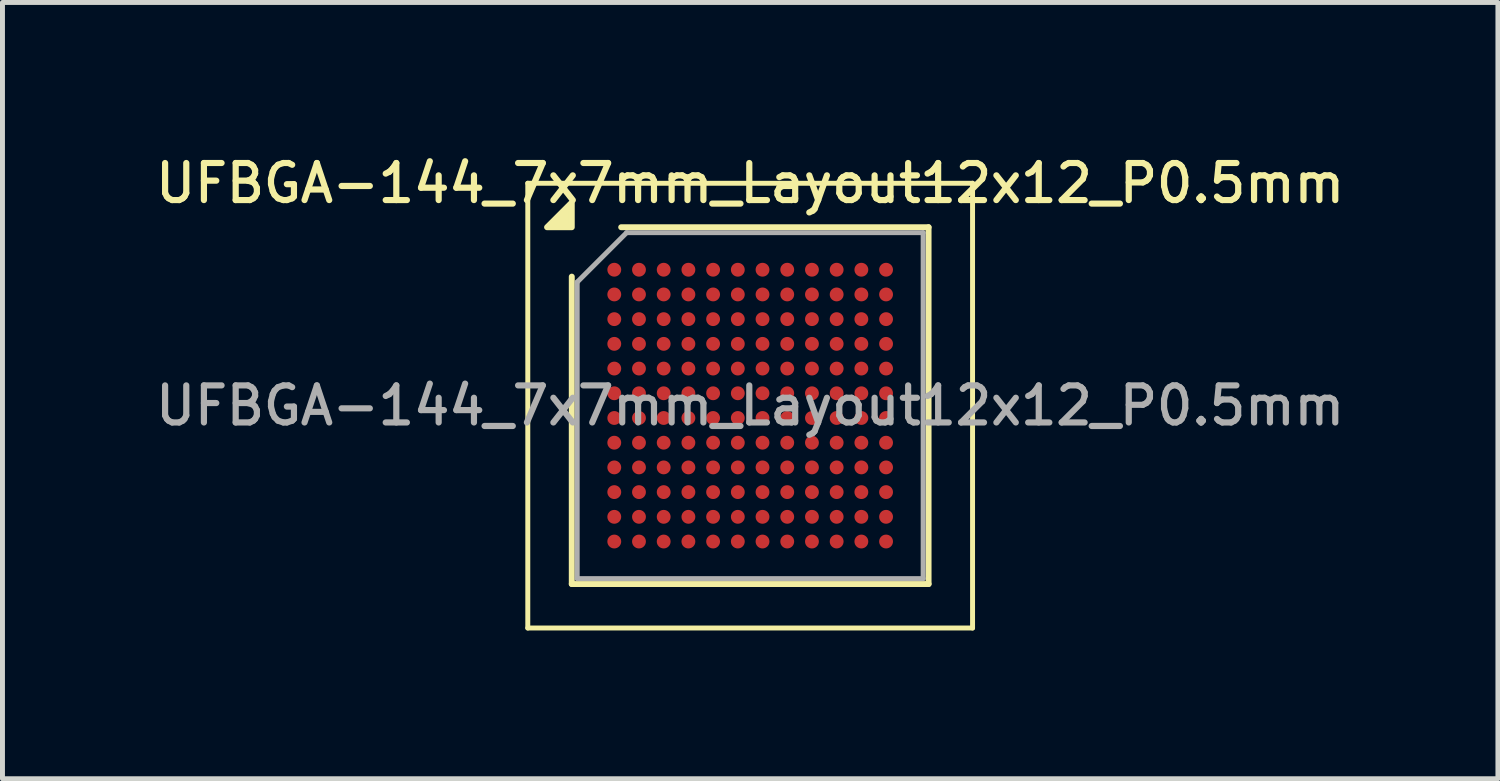
<source format=kicad_pcb>
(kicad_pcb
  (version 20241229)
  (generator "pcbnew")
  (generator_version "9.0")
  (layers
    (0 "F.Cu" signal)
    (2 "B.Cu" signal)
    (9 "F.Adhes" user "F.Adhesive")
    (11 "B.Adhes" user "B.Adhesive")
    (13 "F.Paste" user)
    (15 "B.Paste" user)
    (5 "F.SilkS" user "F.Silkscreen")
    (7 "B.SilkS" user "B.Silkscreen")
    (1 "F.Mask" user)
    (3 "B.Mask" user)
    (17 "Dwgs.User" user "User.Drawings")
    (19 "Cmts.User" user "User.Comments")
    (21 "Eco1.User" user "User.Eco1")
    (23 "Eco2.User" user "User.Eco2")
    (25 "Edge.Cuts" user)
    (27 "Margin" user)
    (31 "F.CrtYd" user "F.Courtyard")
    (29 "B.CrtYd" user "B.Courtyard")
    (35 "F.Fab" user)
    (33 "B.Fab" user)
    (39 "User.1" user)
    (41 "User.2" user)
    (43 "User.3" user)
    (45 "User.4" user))
  (footprint "UFBGA-144_7x7mm_Layout12x12_P0.5mm"
    (layer "F.Cu")
    (at 12.13 5.158)
    (property "Reference" "UFBGA-144_7x7mm_Layout12x12_P0.5mm" (at 0 -4.5 0) (layer "F.SilkS") (effects (font (size 0.75 0.75) (thickness 0.125))))
    (attr smd)
    (fp_line (start -4.5 -4.5) (end -4.5 4.5) (stroke (width 0.1) (type solid)) (layer "F.SilkS"))
    (fp_line (start -4.5 4.5) (end 4.5 4.5) (stroke (width 0.1) (type solid)) (layer "F.SilkS"))
    (fp_line (start -3.61 3.61) (end -3.61 -2.61) (stroke (width 0.12) (type solid)) (layer "F.SilkS"))
    (fp_line (start -2.61 -3.61) (end 3.61 -3.61) (stroke (width 0.12) (type solid)) (layer "F.SilkS"))
    (fp_line (start 3.61 -3.61) (end 3.61 3.61) (stroke (width 0.12) (type solid)) (layer "F.SilkS"))
    (fp_line (start 3.61 3.61) (end -3.61 3.61) (stroke (width 0.12) (type solid)) (layer "F.SilkS"))
    (fp_line (start 4.5 -4.5) (end -4.5 -4.5) (stroke (width 0.1) (type solid)) (layer "F.SilkS"))
    (fp_line (start 4.5 4.5) (end 4.5 -4.5) (stroke (width 0.1) (type solid)) (layer "F.SilkS"))
    (fp_poly (pts (xy -3.61 -3.61) (xy -4.11 -3.61) (xy -3.61 -4.11) (xy -3.61 -3.61)) (stroke (width 0.12) (type solid)) (fill yes) (layer "F.SilkS"))
    (fp_line (start -3.5 -2.5) (end -2.5 -3.5) (stroke (width 0.1) (type solid)) (layer "F.Fab"))
    (fp_line (start -3.5 3.5) (end -3.5 -2.5) (stroke (width 0.1) (type solid)) (layer "F.Fab"))
    (fp_line (start -2.5 -3.5) (end 3.5 -3.5) (stroke (width 0.1) (type solid)) (layer "F.Fab"))
    (fp_line (start 3.5 -3.5) (end 3.5 3.5) (stroke (width 0.1) (type solid)) (layer "F.Fab"))
    (fp_line (start 3.5 3.5) (end -3.5 3.5) (stroke (width 0.1) (type solid)) (layer "F.Fab"))
    (fp_text user "${REFERENCE}" (at 0 0 0) (layer "F.Fab") (effects (font (size 0.75 0.75) (thickness 0.125))))
    (pad "A1" smd circle (at -2.75 -2.75) (size 0.28 0.28) (property pad_prop_bga) (layers "F.Cu" "F.Mask" "F.Paste"))
    (pad "A2" smd circle (at -2.25 -2.75) (size 0.28 0.28) (property pad_prop_bga) (layers "F.Cu" "F.Mask" "F.Paste"))
    (pad "A3" smd circle (at -1.75 -2.75) (size 0.28 0.28) (property pad_prop_bga) (layers "F.Cu" "F.Mask" "F.Paste"))
    (pad "A4" smd circle (at -1.25 -2.75) (size 0.28 0.28) (property pad_prop_bga) (layers "F.Cu" "F.Mask" "F.Paste"))
    (pad "A5" smd circle (at -0.75 -2.75) (size 0.28 0.28) (property pad_prop_bga) (layers "F.Cu" "F.Mask" "F.Paste"))
    (pad "A6" smd circle (at -0.25 -2.75) (size 0.28 0.28) (property pad_prop_bga) (layers "F.Cu" "F.Mask" "F.Paste"))
    (pad "A7" smd circle (at 0.25 -2.75) (size 0.28 0.28) (property pad_prop_bga) (layers "F.Cu" "F.Mask" "F.Paste"))
    (pad "A8" smd circle (at 0.75 -2.75) (size 0.28 0.28) (property pad_prop_bga) (layers "F.Cu" "F.Mask" "F.Paste"))
    (pad "A9" smd circle (at 1.25 -2.75) (size 0.28 0.28) (property pad_prop_bga) (layers "F.Cu" "F.Mask" "F.Paste"))
    (pad "A10" smd circle (at 1.75 -2.75) (size 0.28 0.28) (property pad_prop_bga) (layers "F.Cu" "F.Mask" "F.Paste"))
    (pad "A11" smd circle (at 2.25 -2.75) (size 0.28 0.28) (property pad_prop_bga) (layers "F.Cu" "F.Mask" "F.Paste"))
    (pad "A12" smd circle (at 2.75 -2.75) (size 0.28 0.28) (property pad_prop_bga) (layers "F.Cu" "F.Mask" "F.Paste"))
    (pad "B1" smd circle (at -2.75 -2.25) (size 0.28 0.28) (property pad_prop_bga) (layers "F.Cu" "F.Mask" "F.Paste"))
    (pad "B2" smd circle (at -2.25 -2.25) (size 0.28 0.28) (property pad_prop_bga) (layers "F.Cu" "F.Mask" "F.Paste"))
    (pad "B3" smd circle (at -1.75 -2.25) (size 0.28 0.28) (property pad_prop_bga) (layers "F.Cu" "F.Mask" "F.Paste"))
    (pad "B4" smd circle (at -1.25 -2.25) (size 0.28 0.28) (property pad_prop_bga) (layers "F.Cu" "F.Mask" "F.Paste"))
    (pad "B5" smd circle (at -0.75 -2.25) (size 0.28 0.28) (property pad_prop_bga) (layers "F.Cu" "F.Mask" "F.Paste"))
    (pad "B6" smd circle (at -0.25 -2.25) (size 0.28 0.28) (property pad_prop_bga) (layers "F.Cu" "F.Mask" "F.Paste"))
    (pad "B7" smd circle (at 0.25 -2.25) (size 0.28 0.28) (property pad_prop_bga) (layers "F.Cu" "F.Mask" "F.Paste"))
    (pad "B8" smd circle (at 0.75 -2.25) (size 0.28 0.28) (property pad_prop_bga) (layers "F.Cu" "F.Mask" "F.Paste"))
    (pad "B9" smd circle (at 1.25 -2.25) (size 0.28 0.28) (property pad_prop_bga) (layers "F.Cu" "F.Mask" "F.Paste"))
    (pad "B10" smd circle (at 1.75 -2.25) (size 0.28 0.28) (property pad_prop_bga) (layers "F.Cu" "F.Mask" "F.Paste"))
    (pad "B11" smd circle (at 2.25 -2.25) (size 0.28 0.28) (property pad_prop_bga) (layers "F.Cu" "F.Mask" "F.Paste"))
    (pad "B12" smd circle (at 2.75 -2.25) (size 0.28 0.28) (property pad_prop_bga) (layers "F.Cu" "F.Mask" "F.Paste"))
    (pad "C1" smd circle (at -2.75 -1.75) (size 0.28 0.28) (property pad_prop_bga) (layers "F.Cu" "F.Mask" "F.Paste"))
    (pad "C2" smd circle (at -2.25 -1.75) (size 0.28 0.28) (property pad_prop_bga) (layers "F.Cu" "F.Mask" "F.Paste"))
    (pad "C3" smd circle (at -1.75 -1.75) (size 0.28 0.28) (property pad_prop_bga) (layers "F.Cu" "F.Mask" "F.Paste"))
    (pad "C4" smd circle (at -1.25 -1.75) (size 0.28 0.28) (property pad_prop_bga) (layers "F.Cu" "F.Mask" "F.Paste"))
    (pad "C5" smd circle (at -0.75 -1.75) (size 0.28 0.28) (property pad_prop_bga) (layers "F.Cu" "F.Mask" "F.Paste"))
    (pad "C6" smd circle (at -0.25 -1.75) (size 0.28 0.28) (property pad_prop_bga) (layers "F.Cu" "F.Mask" "F.Paste"))
    (pad "C7" smd circle (at 0.25 -1.75) (size 0.28 0.28) (property pad_prop_bga) (layers "F.Cu" "F.Mask" "F.Paste"))
    (pad "C8" smd circle (at 0.75 -1.75) (size 0.28 0.28) (property pad_prop_bga) (layers "F.Cu" "F.Mask" "F.Paste"))
    (pad "C9" smd circle (at 1.25 -1.75) (size 0.28 0.28) (property pad_prop_bga) (layers "F.Cu" "F.Mask" "F.Paste"))
    (pad "C10" smd circle (at 1.75 -1.75) (size 0.28 0.28) (property pad_prop_bga) (layers "F.Cu" "F.Mask" "F.Paste"))
    (pad "C11" smd circle (at 2.25 -1.75) (size 0.28 0.28) (property pad_prop_bga) (layers "F.Cu" "F.Mask" "F.Paste"))
    (pad "C12" smd circle (at 2.75 -1.75) (size 0.28 0.28) (property pad_prop_bga) (layers "F.Cu" "F.Mask" "F.Paste"))
    (pad "D1" smd circle (at -2.75 -1.25) (size 0.28 0.28) (property pad_prop_bga) (layers "F.Cu" "F.Mask" "F.Paste"))
    (pad "D2" smd circle (at -2.25 -1.25) (size 0.28 0.28) (property pad_prop_bga) (layers "F.Cu" "F.Mask" "F.Paste"))
    (pad "D3" smd circle (at -1.75 -1.25) (size 0.28 0.28) (property pad_prop_bga) (layers "F.Cu" "F.Mask" "F.Paste"))
    (pad "D4" smd circle (at -1.25 -1.25) (size 0.28 0.28) (property pad_prop_bga) (layers "F.Cu" "F.Mask" "F.Paste"))
    (pad "D5" smd circle (at -0.75 -1.25) (size 0.28 0.28) (property pad_prop_bga) (layers "F.Cu" "F.Mask" "F.Paste"))
    (pad "D6" smd circle (at -0.25 -1.25) (size 0.28 0.28) (property pad_prop_bga) (layers "F.Cu" "F.Mask" "F.Paste"))
    (pad "D7" smd circle (at 0.25 -1.25) (size 0.28 0.28) (property pad_prop_bga) (layers "F.Cu" "F.Mask" "F.Paste"))
    (pad "D8" smd circle (at 0.75 -1.25) (size 0.28 0.28) (property pad_prop_bga) (layers "F.Cu" "F.Mask" "F.Paste"))
    (pad "D9" smd circle (at 1.25 -1.25) (size 0.28 0.28) (property pad_prop_bga) (layers "F.Cu" "F.Mask" "F.Paste"))
    (pad "D10" smd circle (at 1.75 -1.25) (size 0.28 0.28) (property pad_prop_bga) (layers "F.Cu" "F.Mask" "F.Paste"))
    (pad "D11" smd circle (at 2.25 -1.25) (size 0.28 0.28) (property pad_prop_bga) (layers "F.Cu" "F.Mask" "F.Paste"))
    (pad "D12" smd circle (at 2.75 -1.25) (size 0.28 0.28) (property pad_prop_bga) (layers "F.Cu" "F.Mask" "F.Paste"))
    (pad "E1" smd circle (at -2.75 -0.75) (size 0.28 0.28) (property pad_prop_bga) (layers "F.Cu" "F.Mask" "F.Paste"))
    (pad "E2" smd circle (at -2.25 -0.75) (size 0.28 0.28) (property pad_prop_bga) (layers "F.Cu" "F.Mask" "F.Paste"))
    (pad "E3" smd circle (at -1.75 -0.75) (size 0.28 0.28) (property pad_prop_bga) (layers "F.Cu" "F.Mask" "F.Paste"))
    (pad "E4" smd circle (at -1.25 -0.75) (size 0.28 0.28) (property pad_prop_bga) (layers "F.Cu" "F.Mask" "F.Paste"))
    (pad "E5" smd circle (at -0.75 -0.75) (size 0.28 0.28) (property pad_prop_bga) (layers "F.Cu" "F.Mask" "F.Paste"))
    (pad "E6" smd circle (at -0.25 -0.75) (size 0.28 0.28) (property pad_prop_bga) (layers "F.Cu" "F.Mask" "F.Paste"))
    (pad "E7" smd circle (at 0.25 -0.75) (size 0.28 0.28) (property pad_prop_bga) (layers "F.Cu" "F.Mask" "F.Paste"))
    (pad "E8" smd circle (at 0.75 -0.75) (size 0.28 0.28) (property pad_prop_bga) (layers "F.Cu" "F.Mask" "F.Paste"))
    (pad "E9" smd circle (at 1.25 -0.75) (size 0.28 0.28) (property pad_prop_bga) (layers "F.Cu" "F.Mask" "F.Paste"))
    (pad "E10" smd circle (at 1.75 -0.75) (size 0.28 0.28) (property pad_prop_bga) (layers "F.Cu" "F.Mask" "F.Paste"))
    (pad "E11" smd circle (at 2.25 -0.75) (size 0.28 0.28) (property pad_prop_bga) (layers "F.Cu" "F.Mask" "F.Paste"))
    (pad "E12" smd circle (at 2.75 -0.75) (size 0.28 0.28) (property pad_prop_bga) (layers "F.Cu" "F.Mask" "F.Paste"))
    (pad "F1" smd circle (at -2.75 -0.25) (size 0.28 0.28) (property pad_prop_bga) (layers "F.Cu" "F.Mask" "F.Paste"))
    (pad "F2" smd circle (at -2.25 -0.25) (size 0.28 0.28) (property pad_prop_bga) (layers "F.Cu" "F.Mask" "F.Paste"))
    (pad "F3" smd circle (at -1.75 -0.25) (size 0.28 0.28) (property pad_prop_bga) (layers "F.Cu" "F.Mask" "F.Paste"))
    (pad "F4" smd circle (at -1.25 -0.25) (size 0.28 0.28) (property pad_prop_bga) (layers "F.Cu" "F.Mask" "F.Paste"))
    (pad "F5" smd circle (at -0.75 -0.25) (size 0.28 0.28) (property pad_prop_bga) (layers "F.Cu" "F.Mask" "F.Paste"))
    (pad "F6" smd circle (at -0.25 -0.25) (size 0.28 0.28) (property pad_prop_bga) (layers "F.Cu" "F.Mask" "F.Paste"))
    (pad "F7" smd circle (at 0.25 -0.25) (size 0.28 0.28) (property pad_prop_bga) (layers "F.Cu" "F.Mask" "F.Paste"))
    (pad "F8" smd circle (at 0.75 -0.25) (size 0.28 0.28) (property pad_prop_bga) (layers "F.Cu" "F.Mask" "F.Paste"))
    (pad "F9" smd circle (at 1.25 -0.25) (size 0.28 0.28) (property pad_prop_bga) (layers "F.Cu" "F.Mask" "F.Paste"))
    (pad "F10" smd circle (at 1.75 -0.25) (size 0.28 0.28) (property pad_prop_bga) (layers "F.Cu" "F.Mask" "F.Paste"))
    (pad "F11" smd circle (at 2.25 -0.25) (size 0.28 0.28) (property pad_prop_bga) (layers "F.Cu" "F.Mask" "F.Paste"))
    (pad "F12" smd circle (at 2.75 -0.25) (size 0.28 0.28) (property pad_prop_bga) (layers "F.Cu" "F.Mask" "F.Paste"))
    (pad "G1" smd circle (at -2.75 0.25) (size 0.28 0.28) (property pad_prop_bga) (layers "F.Cu" "F.Mask" "F.Paste"))
    (pad "G2" smd circle (at -2.25 0.25) (size 0.28 0.28) (property pad_prop_bga) (layers "F.Cu" "F.Mask" "F.Paste"))
    (pad "G3" smd circle (at -1.75 0.25) (size 0.28 0.28) (property pad_prop_bga) (layers "F.Cu" "F.Mask" "F.Paste"))
    (pad "G4" smd circle (at -1.25 0.25) (size 0.28 0.28) (property pad_prop_bga) (layers "F.Cu" "F.Mask" "F.Paste"))
    (pad "G5" smd circle (at -0.75 0.25) (size 0.28 0.28) (property pad_prop_bga) (layers "F.Cu" "F.Mask" "F.Paste"))
    (pad "G6" smd circle (at -0.25 0.25) (size 0.28 0.28) (property pad_prop_bga) (layers "F.Cu" "F.Mask" "F.Paste"))
    (pad "G7" smd circle (at 0.25 0.25) (size 0.28 0.28) (property pad_prop_bga) (layers "F.Cu" "F.Mask" "F.Paste"))
    (pad "G8" smd circle (at 0.75 0.25) (size 0.28 0.28) (property pad_prop_bga) (layers "F.Cu" "F.Mask" "F.Paste"))
    (pad "G9" smd circle (at 1.25 0.25) (size 0.28 0.28) (property pad_prop_bga) (layers "F.Cu" "F.Mask" "F.Paste"))
    (pad "G10" smd circle (at 1.75 0.25) (size 0.28 0.28) (property pad_prop_bga) (layers "F.Cu" "F.Mask" "F.Paste"))
    (pad "G11" smd circle (at 2.25 0.25) (size 0.28 0.28) (property pad_prop_bga) (layers "F.Cu" "F.Mask" "F.Paste"))
    (pad "G12" smd circle (at 2.75 0.25) (size 0.28 0.28) (property pad_prop_bga) (layers "F.Cu" "F.Mask" "F.Paste"))
    (pad "H1" smd circle (at -2.75 0.75) (size 0.28 0.28) (property pad_prop_bga) (layers "F.Cu" "F.Mask" "F.Paste"))
    (pad "H2" smd circle (at -2.25 0.75) (size 0.28 0.28) (property pad_prop_bga) (layers "F.Cu" "F.Mask" "F.Paste"))
    (pad "H3" smd circle (at -1.75 0.75) (size 0.28 0.28) (property pad_prop_bga) (layers "F.Cu" "F.Mask" "F.Paste"))
    (pad "H4" smd circle (at -1.25 0.75) (size 0.28 0.28) (property pad_prop_bga) (layers "F.Cu" "F.Mask" "F.Paste"))
    (pad "H5" smd circle (at -0.75 0.75) (size 0.28 0.28) (property pad_prop_bga) (layers "F.Cu" "F.Mask" "F.Paste"))
    (pad "H6" smd circle (at -0.25 0.75) (size 0.28 0.28) (property pad_prop_bga) (layers "F.Cu" "F.Mask" "F.Paste"))
    (pad "H7" smd circle (at 0.25 0.75) (size 0.28 0.28) (property pad_prop_bga) (layers "F.Cu" "F.Mask" "F.Paste"))
    (pad "H8" smd circle (at 0.75 0.75) (size 0.28 0.28) (property pad_prop_bga) (layers "F.Cu" "F.Mask" "F.Paste"))
    (pad "H9" smd circle (at 1.25 0.75) (size 0.28 0.28) (property pad_prop_bga) (layers "F.Cu" "F.Mask" "F.Paste"))
    (pad "H10" smd circle (at 1.75 0.75) (size 0.28 0.28) (property pad_prop_bga) (layers "F.Cu" "F.Mask" "F.Paste"))
    (pad "H11" smd circle (at 2.25 0.75) (size 0.28 0.28) (property pad_prop_bga) (layers "F.Cu" "F.Mask" "F.Paste"))
    (pad "H12" smd circle (at 2.75 0.75) (size 0.28 0.28) (property pad_prop_bga) (layers "F.Cu" "F.Mask" "F.Paste"))
    (pad "J1" smd circle (at -2.75 1.25) (size 0.28 0.28) (property pad_prop_bga) (layers "F.Cu" "F.Mask" "F.Paste"))
    (pad "J2" smd circle (at -2.25 1.25) (size 0.28 0.28) (property pad_prop_bga) (layers "F.Cu" "F.Mask" "F.Paste"))
    (pad "J3" smd circle (at -1.75 1.25) (size 0.28 0.28) (property pad_prop_bga) (layers "F.Cu" "F.Mask" "F.Paste"))
    (pad "J4" smd circle (at -1.25 1.25) (size 0.28 0.28) (property pad_prop_bga) (layers "F.Cu" "F.Mask" "F.Paste"))
    (pad "J5" smd circle (at -0.75 1.25) (size 0.28 0.28) (property pad_prop_bga) (layers "F.Cu" "F.Mask" "F.Paste"))
    (pad "J6" smd circle (at -0.25 1.25) (size 0.28 0.28) (property pad_prop_bga) (layers "F.Cu" "F.Mask" "F.Paste"))
    (pad "J7" smd circle (at 0.25 1.25) (size 0.28 0.28) (property pad_prop_bga) (layers "F.Cu" "F.Mask" "F.Paste"))
    (pad "J8" smd circle (at 0.75 1.25) (size 0.28 0.28) (property pad_prop_bga) (layers "F.Cu" "F.Mask" "F.Paste"))
    (pad "J9" smd circle (at 1.25 1.25) (size 0.28 0.28) (property pad_prop_bga) (layers "F.Cu" "F.Mask" "F.Paste"))
    (pad "J10" smd circle (at 1.75 1.25) (size 0.28 0.28) (property pad_prop_bga) (layers "F.Cu" "F.Mask" "F.Paste"))
    (pad "J11" smd circle (at 2.25 1.25) (size 0.28 0.28) (property pad_prop_bga) (layers "F.Cu" "F.Mask" "F.Paste"))
    (pad "J12" smd circle (at 2.75 1.25) (size 0.28 0.28) (property pad_prop_bga) (layers "F.Cu" "F.Mask" "F.Paste"))
    (pad "K1" smd circle (at -2.75 1.75) (size 0.28 0.28) (property pad_prop_bga) (layers "F.Cu" "F.Mask" "F.Paste"))
    (pad "K2" smd circle (at -2.25 1.75) (size 0.28 0.28) (property pad_prop_bga) (layers "F.Cu" "F.Mask" "F.Paste"))
    (pad "K3" smd circle (at -1.75 1.75) (size 0.28 0.28) (property pad_prop_bga) (layers "F.Cu" "F.Mask" "F.Paste"))
    (pad "K4" smd circle (at -1.25 1.75) (size 0.28 0.28) (property pad_prop_bga) (layers "F.Cu" "F.Mask" "F.Paste"))
    (pad "K5" smd circle (at -0.75 1.75) (size 0.28 0.28) (property pad_prop_bga) (layers "F.Cu" "F.Mask" "F.Paste"))
    (pad "K6" smd circle (at -0.25 1.75) (size 0.28 0.28) (property pad_prop_bga) (layers "F.Cu" "F.Mask" "F.Paste"))
    (pad "K7" smd circle (at 0.25 1.75) (size 0.28 0.28) (property pad_prop_bga) (layers "F.Cu" "F.Mask" "F.Paste"))
    (pad "K8" smd circle (at 0.75 1.75) (size 0.28 0.28) (property pad_prop_bga) (layers "F.Cu" "F.Mask" "F.Paste"))
    (pad "K9" smd circle (at 1.25 1.75) (size 0.28 0.28) (property pad_prop_bga) (layers "F.Cu" "F.Mask" "F.Paste"))
    (pad "K10" smd circle (at 1.75 1.75) (size 0.28 0.28) (property pad_prop_bga) (layers "F.Cu" "F.Mask" "F.Paste"))
    (pad "K11" smd circle (at 2.25 1.75) (size 0.28 0.28) (property pad_prop_bga) (layers "F.Cu" "F.Mask" "F.Paste"))
    (pad "K12" smd circle (at 2.75 1.75) (size 0.28 0.28) (property pad_prop_bga) (layers "F.Cu" "F.Mask" "F.Paste"))
    (pad "L1" smd circle (at -2.75 2.25) (size 0.28 0.28) (property pad_prop_bga) (layers "F.Cu" "F.Mask" "F.Paste"))
    (pad "L2" smd circle (at -2.25 2.25) (size 0.28 0.28) (property pad_prop_bga) (layers "F.Cu" "F.Mask" "F.Paste"))
    (pad "L3" smd circle (at -1.75 2.25) (size 0.28 0.28) (property pad_prop_bga) (layers "F.Cu" "F.Mask" "F.Paste"))
    (pad "L4" smd circle (at -1.25 2.25) (size 0.28 0.28) (property pad_prop_bga) (layers "F.Cu" "F.Mask" "F.Paste"))
    (pad "L5" smd circle (at -0.75 2.25) (size 0.28 0.28) (property pad_prop_bga) (layers "F.Cu" "F.Mask" "F.Paste"))
    (pad "L6" smd circle (at -0.25 2.25) (size 0.28 0.28) (property pad_prop_bga) (layers "F.Cu" "F.Mask" "F.Paste"))
    (pad "L7" smd circle (at 0.25 2.25) (size 0.28 0.28) (property pad_prop_bga) (layers "F.Cu" "F.Mask" "F.Paste"))
    (pad "L8" smd circle (at 0.75 2.25) (size 0.28 0.28) (property pad_prop_bga) (layers "F.Cu" "F.Mask" "F.Paste"))
    (pad "L9" smd circle (at 1.25 2.25) (size 0.28 0.28) (property pad_prop_bga) (layers "F.Cu" "F.Mask" "F.Paste"))
    (pad "L10" smd circle (at 1.75 2.25) (size 0.28 0.28) (property pad_prop_bga) (layers "F.Cu" "F.Mask" "F.Paste"))
    (pad "L11" smd circle (at 2.25 2.25) (size 0.28 0.28) (property pad_prop_bga) (layers "F.Cu" "F.Mask" "F.Paste"))
    (pad "L12" smd circle (at 2.75 2.25) (size 0.28 0.28) (property pad_prop_bga) (layers "F.Cu" "F.Mask" "F.Paste"))
    (pad "M1" smd circle (at -2.75 2.75) (size 0.28 0.28) (property pad_prop_bga) (layers "F.Cu" "F.Mask" "F.Paste"))
    (pad "M2" smd circle (at -2.25 2.75) (size 0.28 0.28) (property pad_prop_bga) (layers "F.Cu" "F.Mask" "F.Paste"))
    (pad "M3" smd circle (at -1.75 2.75) (size 0.28 0.28) (property pad_prop_bga) (layers "F.Cu" "F.Mask" "F.Paste"))
    (pad "M4" smd circle (at -1.25 2.75) (size 0.28 0.28) (property pad_prop_bga) (layers "F.Cu" "F.Mask" "F.Paste"))
    (pad "M5" smd circle (at -0.75 2.75) (size 0.28 0.28) (property pad_prop_bga) (layers "F.Cu" "F.Mask" "F.Paste"))
    (pad "M6" smd circle (at -0.25 2.75) (size 0.28 0.28) (property pad_prop_bga) (layers "F.Cu" "F.Mask" "F.Paste"))
    (pad "M7" smd circle (at 0.25 2.75) (size 0.28 0.28) (property pad_prop_bga) (layers "F.Cu" "F.Mask" "F.Paste"))
    (pad "M8" smd circle (at 0.75 2.75) (size 0.28 0.28) (property pad_prop_bga) (layers "F.Cu" "F.Mask" "F.Paste"))
    (pad "M9" smd circle (at 1.25 2.75) (size 0.28 0.28) (property pad_prop_bga) (layers "F.Cu" "F.Mask" "F.Paste"))
    (pad "M10" smd circle (at 1.75 2.75) (size 0.28 0.28) (property pad_prop_bga) (layers "F.Cu" "F.Mask" "F.Paste"))
    (pad "M11" smd circle (at 2.25 2.75) (size 0.28 0.28) (property pad_prop_bga) (layers "F.Cu" "F.Mask" "F.Paste"))
    (pad "M12" smd circle (at 2.75 2.75) (size 0.28 0.28) (property pad_prop_bga) (layers "F.Cu" "F.Mask" "F.Paste")))
  (gr_rect
    (start -3 -3)
    (end 27.261 12.708)
    (stroke (width 0.1) (type default))
    (fill no)
    (layer "Edge.Cuts")))
</source>
